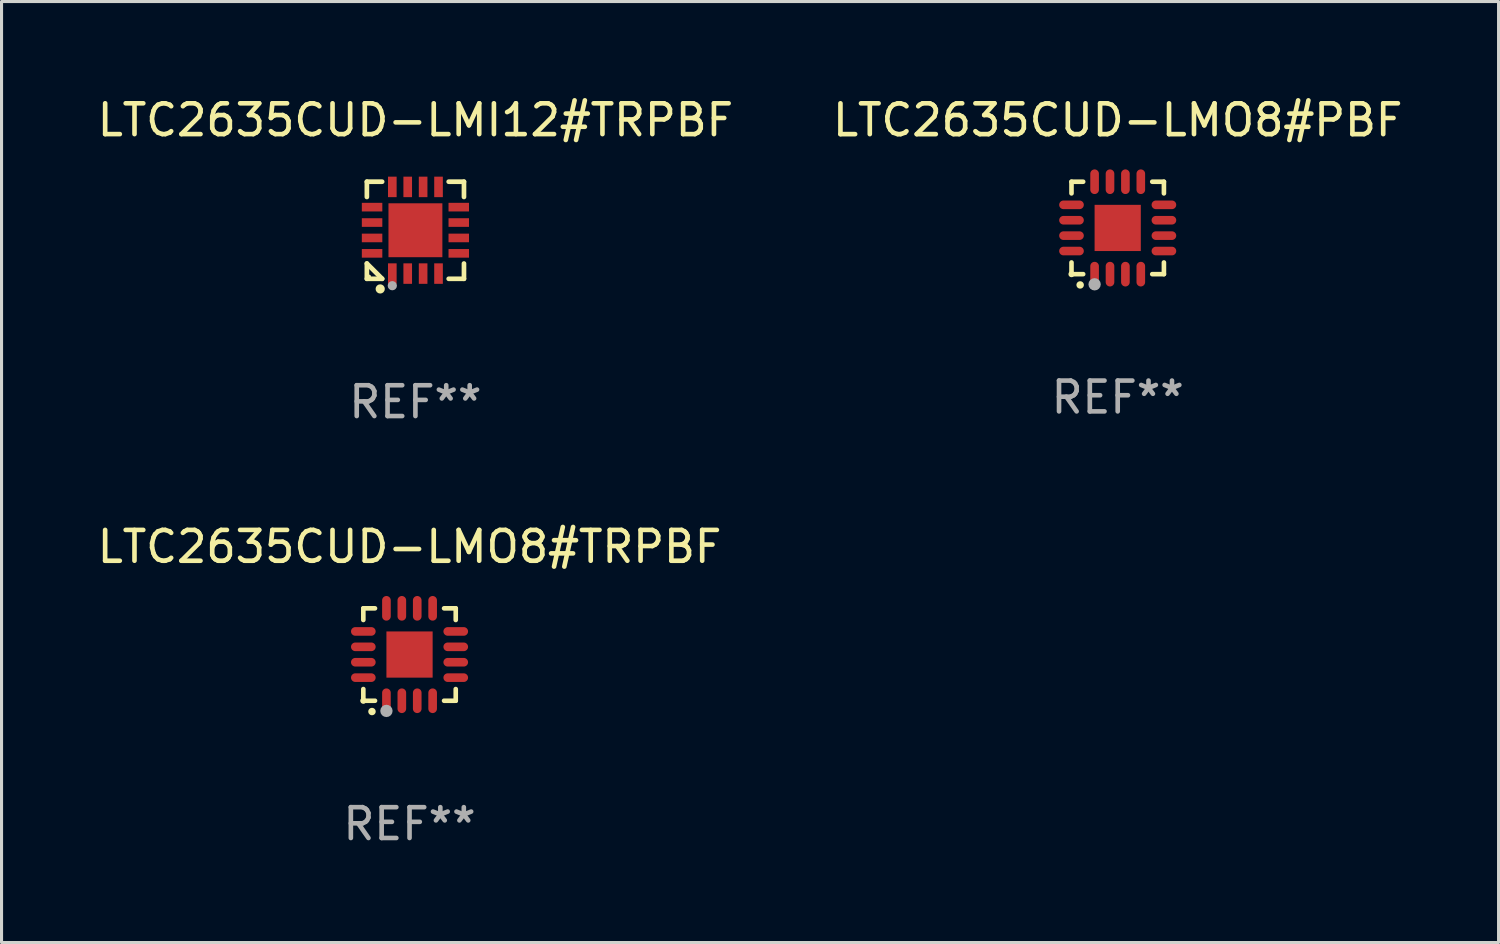
<source format=kicad_pcb>
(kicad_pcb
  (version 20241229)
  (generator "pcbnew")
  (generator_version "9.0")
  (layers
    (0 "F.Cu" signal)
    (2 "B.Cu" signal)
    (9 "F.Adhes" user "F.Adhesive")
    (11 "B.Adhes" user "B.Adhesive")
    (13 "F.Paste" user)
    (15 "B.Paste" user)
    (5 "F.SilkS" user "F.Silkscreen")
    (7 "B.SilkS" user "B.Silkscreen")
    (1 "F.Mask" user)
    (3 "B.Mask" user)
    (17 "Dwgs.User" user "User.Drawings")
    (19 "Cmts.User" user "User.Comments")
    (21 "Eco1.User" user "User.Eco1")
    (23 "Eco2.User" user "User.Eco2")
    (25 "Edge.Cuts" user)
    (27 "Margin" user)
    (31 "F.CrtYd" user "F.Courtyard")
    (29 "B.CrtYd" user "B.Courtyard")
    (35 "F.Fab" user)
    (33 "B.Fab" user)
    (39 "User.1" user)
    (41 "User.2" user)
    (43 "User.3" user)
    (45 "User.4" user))
  (footprint "LTC2635CUD-LMO8#PBF"
    (layer "F.Cu")
    (at 33.232 4.349)
    (property "Reference" "LTC2635CUD-LMO8#PBF" (at 0 -3.5 0) (layer "F.SilkS") (effects (font (size 1 1) (thickness 0.15))))
    (attr through_hole)
    (fp_line (start -1.5 -1.5) (end -1.121 -1.5) (stroke (width 0.15) (type solid)) (layer "F.SilkS"))
    (fp_line (start -1.5 -1.122) (end -1.5 -1.5) (stroke (width 0.15) (type solid)) (layer "F.SilkS"))
    (fp_line (start -1.5 1.5) (end -1.5 1.121) (stroke (width 0.15) (type solid)) (layer "F.SilkS"))
    (fp_line (start -1.121 1.5) (end -1.5 1.5) (stroke (width 0.15) (type solid)) (layer "F.SilkS"))
    (fp_line (start 1.121 -1.5) (end 1.5 -1.5) (stroke (width 0.15) (type solid)) (layer "F.SilkS"))
    (fp_line (start 1.5 -1.5) (end 1.5 -1.122) (stroke (width 0.15) (type solid)) (layer "F.SilkS"))
    (fp_line (start 1.5 1.121) (end 1.5 1.5) (stroke (width 0.15) (type solid)) (layer "F.SilkS"))
    (fp_line (start 1.5 1.5) (end 1.121 1.5) (stroke (width 0.15) (type solid)) (layer "F.SilkS"))
    (fp_arc (start -1.219926 1.850254) (mid -1.21891 1.85025) (end -1.217894 1.850254) (stroke (width 0.240005) (type solid)) (layer "F.SilkS"))
    (fp_circle (center -1.5 1.5) (end -1.45 1.5) (stroke (width 0.1) (type solid)) (fill no) (layer "F.SilkS"))
    (fp_circle (center -0.75 1.83) (end -0.65 1.83) (stroke (width 0.2) (type solid)) (fill no) (layer "F.Fab"))
    (fp_text user "REF**" (at 0 5.5 0) (layer "F.Fab") (effects (font (size 1 1) (thickness 0.15))))
    (pad "1" smd oval (at -0.75 1.5) (size 0.28 0.8) (layers "F.Cu" "F.Mask" "F.Paste"))
    (pad "2" smd oval (at -0.25 1.5) (size 0.28 0.8) (layers "F.Cu" "F.Mask" "F.Paste"))
    (pad "3" smd oval (at 0.25 1.5) (size 0.28 0.8) (layers "F.Cu" "F.Mask" "F.Paste"))
    (pad "4" smd oval (at 0.75 1.5) (size 0.28 0.8) (layers "F.Cu" "F.Mask" "F.Paste"))
    (pad "5" smd oval (at 1.5 0.75) (size 0.8 0.28) (layers "F.Cu" "F.Mask" "F.Paste"))
    (pad "6" smd oval (at 1.5 0.25) (size 0.8 0.28) (layers "F.Cu" "F.Mask" "F.Paste"))
    (pad "7" smd oval (at 1.5 -0.25) (size 0.8 0.28) (layers "F.Cu" "F.Mask" "F.Paste"))
    (pad "8" smd oval (at 1.5 -0.75) (size 0.8 0.28) (layers "F.Cu" "F.Mask" "F.Paste"))
    (pad "9" smd oval (at 0.75 -1.5) (size 0.28 0.8) (layers "F.Cu" "F.Mask" "F.Paste"))
    (pad "10" smd oval (at 0.25 -1.5) (size 0.28 0.8) (layers "F.Cu" "F.Mask" "F.Paste"))
    (pad "11" smd oval (at -0.25 -1.5) (size 0.28 0.8) (layers "F.Cu" "F.Mask" "F.Paste"))
    (pad "12" smd oval (at -0.75 -1.5) (size 0.28 0.8) (layers "F.Cu" "F.Mask" "F.Paste"))
    (pad "13" smd oval (at -1.5 -0.75) (size 0.8 0.28) (layers "F.Cu" "F.Mask" "F.Paste"))
    (pad "14" smd oval (at -1.5 -0.25) (size 0.8 0.28) (layers "F.Cu" "F.Mask" "F.Paste"))
    (pad "15" smd oval (at -1.5 0.25) (size 0.8 0.28) (layers "F.Cu" "F.Mask" "F.Paste"))
    (pad "16" smd oval (at -1.5 0.75) (size 0.8 0.28) (layers "F.Cu" "F.Mask" "F.Paste"))
    (pad "17" smd rect (at -0.000064 0.000165) (size 1.5 1.5) (layers "F.Cu" "F.Mask" "F.Paste")))
  (footprint "LTC2635CUD-LMI12#TRPBF"
    (layer "F.Cu")
    (at 10.435 4.424)
    (property "Reference" "LTC2635CUD-LMI12#TRPBF" (at 0 -3.576 0) (layer "F.SilkS") (effects (font (size 1 1) (thickness 0.15))))
    (attr through_hole)
    (fp_line (start -1.576 -1.576) (end -1.08 -1.576) (stroke (width 0.152) (type solid)) (layer "F.SilkS"))
    (fp_line (start -1.576 -1.08) (end -1.576 -1.576) (stroke (width 0.152) (type solid)) (layer "F.SilkS"))
    (fp_line (start -1.576 1.08) (end -1.576 1.576) (stroke (width 0.152) (type solid)) (layer "F.SilkS"))
    (fp_line (start -1.576 1.576) (end -1.08 1.576) (stroke (width 0.152) (type solid)) (layer "F.SilkS"))
    (fp_line (start -1.08 1.576) (end -1.576 1.08) (stroke (width 0.152) (type solid)) (layer "F.SilkS"))
    (fp_line (start 1.576 -1.576) (end 1.08 -1.576) (stroke (width 0.152) (type solid)) (layer "F.SilkS"))
    (fp_line (start 1.576 -1.08) (end 1.576 -1.576) (stroke (width 0.152) (type solid)) (layer "F.SilkS"))
    (fp_line (start 1.576 1.08) (end 1.576 1.576) (stroke (width 0.152) (type solid)) (layer "F.SilkS"))
    (fp_line (start 1.576 1.576) (end 1.08 1.576) (stroke (width 0.152) (type solid)) (layer "F.SilkS"))
    (fp_circle (center -1.5 1.5) (end -1.47 1.5) (stroke (width 0.06) (type solid)) (fill no) (layer "F.SilkS"))
    (fp_circle (center -1.143 1.905) (end -1.068 1.905) (stroke (width 0.15) (type solid)) (fill no) (layer "F.SilkS"))
    (fp_circle (center -0.75 1.8) (end -0.675 1.8) (stroke (width 0.15) (type solid)) (fill no) (layer "F.Fab"))
    (fp_text user "REF**" (at 0 5.576 0) (layer "F.Fab") (effects (font (size 1 1) (thickness 0.15))))
    (pad "1" smd rect (at -0.75 1.407) (size 0.28 0.665) (layers "F.Cu" "F.Mask" "F.Paste"))
    (pad "2" smd rect (at -0.25 1.407) (size 0.28 0.665) (layers "F.Cu" "F.Mask" "F.Paste"))
    (pad "3" smd rect (at 0.25 1.407) (size 0.28 0.665) (layers "F.Cu" "F.Mask" "F.Paste"))
    (pad "4" smd rect (at 0.75 1.407) (size 0.28 0.665) (layers "F.Cu" "F.Mask" "F.Paste"))
    (pad "5" smd rect (at 1.407 0.75) (size 0.665 0.28) (layers "F.Cu" "F.Mask" "F.Paste"))
    (pad "6" smd rect (at 1.407 0.25) (size 0.665 0.28) (layers "F.Cu" "F.Mask" "F.Paste"))
    (pad "7" smd rect (at 1.407 -0.25) (size 0.665 0.28) (layers "F.Cu" "F.Mask" "F.Paste"))
    (pad "8" smd rect (at 1.407 -0.75) (size 0.665 0.28) (layers "F.Cu" "F.Mask" "F.Paste"))
    (pad "9" smd rect (at 0.75 -1.407) (size 0.28 0.665) (layers "F.Cu" "F.Mask" "F.Paste"))
    (pad "10" smd rect (at 0.25 -1.407) (size 0.28 0.665) (layers "F.Cu" "F.Mask" "F.Paste"))
    (pad "11" smd rect (at -0.25 -1.407) (size 0.28 0.665) (layers "F.Cu" "F.Mask" "F.Paste"))
    (pad "12" smd rect (at -0.75 -1.407) (size 0.28 0.665) (layers "F.Cu" "F.Mask" "F.Paste"))
    (pad "13" smd rect (at -1.407 -0.75) (size 0.665 0.28) (layers "F.Cu" "F.Mask" "F.Paste"))
    (pad "14" smd rect (at -1.407 -0.25) (size 0.665 0.28) (layers "F.Cu" "F.Mask" "F.Paste"))
    (pad "15" smd rect (at -1.407 0.25) (size 0.665 0.28) (layers "F.Cu" "F.Mask" "F.Paste"))
    (pad "16" smd rect (at -1.407 0.75) (size 0.665 0.28) (layers "F.Cu" "F.Mask" "F.Paste"))
    (pad "17" smd rect (at 0 0) (size 1.75 1.75) (layers "F.Cu" "F.Mask" "F.Paste")))
  (footprint "LTC2635CUD-LMO8#TRPBF"
    (layer "F.Cu")
    (at 10.244 18.197)
    (property "Reference" "LTC2635CUD-LMO8#TRPBF" (at 0 -3.5 0) (layer "F.SilkS") (effects (font (size 1 1) (thickness 0.15))))
    (attr through_hole)
    (fp_line (start -1.5 -1.5) (end -1.121 -1.5) (stroke (width 0.15) (type solid)) (layer "F.SilkS"))
    (fp_line (start -1.5 -1.122) (end -1.5 -1.5) (stroke (width 0.15) (type solid)) (layer "F.SilkS"))
    (fp_line (start -1.5 1.5) (end -1.5 1.121) (stroke (width 0.15) (type solid)) (layer "F.SilkS"))
    (fp_line (start -1.121 1.5) (end -1.5 1.5) (stroke (width 0.15) (type solid)) (layer "F.SilkS"))
    (fp_line (start 1.121 -1.5) (end 1.5 -1.5) (stroke (width 0.15) (type solid)) (layer "F.SilkS"))
    (fp_line (start 1.5 -1.5) (end 1.5 -1.122) (stroke (width 0.15) (type solid)) (layer "F.SilkS"))
    (fp_line (start 1.5 1.121) (end 1.5 1.5) (stroke (width 0.15) (type solid)) (layer "F.SilkS"))
    (fp_line (start 1.5 1.5) (end 1.121 1.5) (stroke (width 0.15) (type solid)) (layer "F.SilkS"))
    (fp_arc (start -1.219926 1.850254) (mid -1.21891 1.85025) (end -1.217894 1.850254) (stroke (width 0.240005) (type solid)) (layer "F.SilkS"))
    (fp_circle (center -1.5 1.5) (end -1.45 1.5) (stroke (width 0.1) (type solid)) (fill no) (layer "F.SilkS"))
    (fp_circle (center -0.75 1.83) (end -0.65 1.83) (stroke (width 0.2) (type solid)) (fill no) (layer "F.Fab"))
    (fp_text user "REF**" (at 0 5.5 0) (layer "F.Fab") (effects (font (size 1 1) (thickness 0.15))))
    (pad "1" smd oval (at -0.75 1.5) (size 0.28 0.8) (layers "F.Cu" "F.Mask" "F.Paste"))
    (pad "2" smd oval (at -0.25 1.5) (size 0.28 0.8) (layers "F.Cu" "F.Mask" "F.Paste"))
    (pad "3" smd oval (at 0.25 1.5) (size 0.28 0.8) (layers "F.Cu" "F.Mask" "F.Paste"))
    (pad "4" smd oval (at 0.75 1.5) (size 0.28 0.8) (layers "F.Cu" "F.Mask" "F.Paste"))
    (pad "5" smd oval (at 1.5 0.75) (size 0.8 0.28) (layers "F.Cu" "F.Mask" "F.Paste"))
    (pad "6" smd oval (at 1.5 0.25) (size 0.8 0.28) (layers "F.Cu" "F.Mask" "F.Paste"))
    (pad "7" smd oval (at 1.5 -0.25) (size 0.8 0.28) (layers "F.Cu" "F.Mask" "F.Paste"))
    (pad "8" smd oval (at 1.5 -0.75) (size 0.8 0.28) (layers "F.Cu" "F.Mask" "F.Paste"))
    (pad "9" smd oval (at 0.75 -1.5) (size 0.28 0.8) (layers "F.Cu" "F.Mask" "F.Paste"))
    (pad "10" smd oval (at 0.25 -1.5) (size 0.28 0.8) (layers "F.Cu" "F.Mask" "F.Paste"))
    (pad "11" smd oval (at -0.25 -1.5) (size 0.28 0.8) (layers "F.Cu" "F.Mask" "F.Paste"))
    (pad "12" smd oval (at -0.75 -1.5) (size 0.28 0.8) (layers "F.Cu" "F.Mask" "F.Paste"))
    (pad "13" smd oval (at -1.5 -0.75) (size 0.8 0.28) (layers "F.Cu" "F.Mask" "F.Paste"))
    (pad "14" smd oval (at -1.5 -0.25) (size 0.8 0.28) (layers "F.Cu" "F.Mask" "F.Paste"))
    (pad "15" smd oval (at -1.5 0.25) (size 0.8 0.28) (layers "F.Cu" "F.Mask" "F.Paste"))
    (pad "16" smd oval (at -1.5 0.75) (size 0.8 0.28) (layers "F.Cu" "F.Mask" "F.Paste"))
    (pad "17" smd rect (at -0.000064 0.000165) (size 1.5 1.5) (layers "F.Cu" "F.Mask" "F.Paste")))
  (gr_rect
    (start -3 -3)
    (end 45.595 27.546)
    (stroke (width 0.1) (type default))
    (fill no)
    (layer "Edge.Cuts")))
</source>
